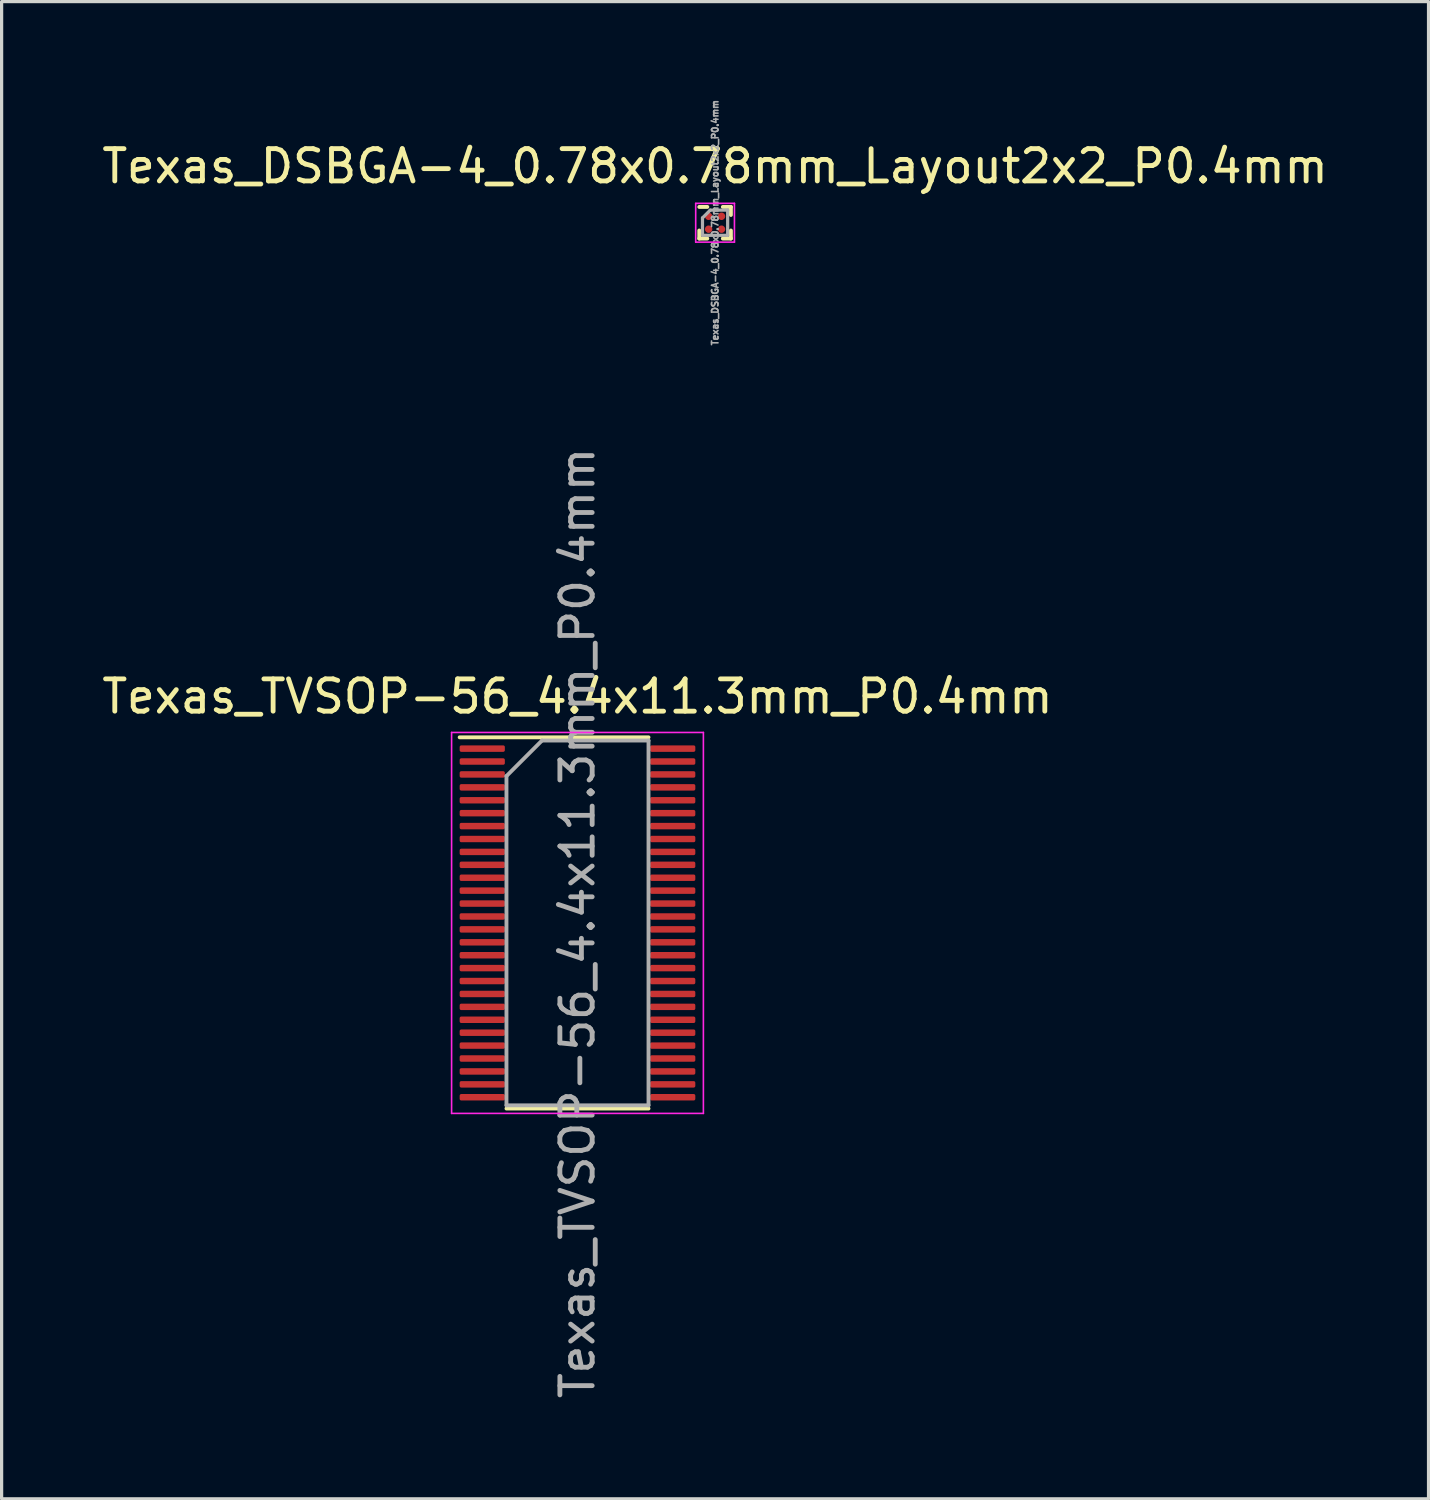
<source format=kicad_pcb>
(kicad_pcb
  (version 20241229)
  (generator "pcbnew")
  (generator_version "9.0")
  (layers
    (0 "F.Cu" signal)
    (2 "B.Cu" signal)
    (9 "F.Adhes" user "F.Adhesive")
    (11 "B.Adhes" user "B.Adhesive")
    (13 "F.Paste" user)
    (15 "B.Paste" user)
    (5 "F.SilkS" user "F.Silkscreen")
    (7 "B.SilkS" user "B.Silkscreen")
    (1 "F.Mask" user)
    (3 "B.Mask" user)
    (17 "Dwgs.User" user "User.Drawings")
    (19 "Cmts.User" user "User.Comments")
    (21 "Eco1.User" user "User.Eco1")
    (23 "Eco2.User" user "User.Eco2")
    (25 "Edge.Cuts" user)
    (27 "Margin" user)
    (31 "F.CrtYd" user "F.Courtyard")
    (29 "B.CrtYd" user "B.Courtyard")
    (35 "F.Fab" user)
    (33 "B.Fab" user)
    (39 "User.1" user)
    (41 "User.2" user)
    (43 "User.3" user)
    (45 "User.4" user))
  (footprint "Texas_TVSOP-56_4.4x11.3mm_P0.4mm"
    (layer "F.Cu")
    (at 14.839 25.54)
    (property "Reference" "Texas_TVSOP-56_4.4x11.3mm_P0.4mm" (at 0 -7.015 0) (layer "F.SilkS") (effects (font (size 1 1) (thickness 0.15))))
    (attr smd)
    (fp_line (start -3.65 -5.75) (end 2.2 -5.75) (stroke (width 0.12) (type solid)) (layer "F.SilkS"))
    (fp_line (start 2.2 5.75) (end -2.2 5.75) (stroke (width 0.12) (type solid)) (layer "F.SilkS"))
    (fp_line (start -3.9 -5.9) (end 3.9 -5.9) (stroke (width 0.05) (type solid)) (layer "F.CrtYd"))
    (fp_line (start -3.9 5.9) (end -3.9 -5.9) (stroke (width 0.05) (type solid)) (layer "F.CrtYd"))
    (fp_line (start 3.9 -5.9) (end 3.9 5.9) (stroke (width 0.05) (type solid)) (layer "F.CrtYd"))
    (fp_line (start 3.9 5.9) (end -3.9 5.9) (stroke (width 0.05) (type solid)) (layer "F.CrtYd"))
    (fp_line (start -2.2 -4.55) (end -1.1 -5.65) (stroke (width 0.12) (type solid)) (layer "F.Fab"))
    (fp_line (start -2.2 5.65) (end -2.2 -4.55) (stroke (width 0.12) (type solid)) (layer "F.Fab"))
    (fp_line (start -1.1 -5.65) (end 2.2 -5.65) (stroke (width 0.12) (type solid)) (layer "F.Fab"))
    (fp_line (start 2.2 -5.65) (end 2.2 5.65) (stroke (width 0.12) (type solid)) (layer "F.Fab"))
    (fp_line (start 2.2 5.65) (end -2.2 5.65) (stroke (width 0.12) (type solid)) (layer "F.Fab"))
    (fp_text user "${REFERENCE}" (at 0 0 270) (layer "F.Fab") (effects (font (size 1 1) (thickness 0.15))))
    (pad "1" smd roundrect (at -2.95 -5.4 270) (size 0.2 1.4) (layers "F.Cu" "F.Mask" "F.Paste") (roundrect_rratio 0.25))
    (pad "2" smd roundrect (at -2.95 -5 270) (size 0.2 1.4) (layers "F.Cu" "F.Mask" "F.Paste") (roundrect_rratio 0.25))
    (pad "3" smd roundrect (at -2.95 -4.6 270) (size 0.2 1.4) (layers "F.Cu" "F.Mask" "F.Paste") (roundrect_rratio 0.25))
    (pad "4" smd roundrect (at -2.95 -4.2 270) (size 0.2 1.4) (layers "F.Cu" "F.Mask" "F.Paste") (roundrect_rratio 0.25))
    (pad "5" smd roundrect (at -2.95 -3.8 270) (size 0.2 1.4) (layers "F.Cu" "F.Mask" "F.Paste") (roundrect_rratio 0.25))
    (pad "6" smd roundrect (at -2.95 -3.4 270) (size 0.2 1.4) (layers "F.Cu" "F.Mask" "F.Paste") (roundrect_rratio 0.25))
    (pad "7" smd roundrect (at -2.95 -3 270) (size 0.2 1.4) (layers "F.Cu" "F.Mask" "F.Paste") (roundrect_rratio 0.25))
    (pad "8" smd roundrect (at -2.95 -2.6 270) (size 0.2 1.4) (layers "F.Cu" "F.Mask" "F.Paste") (roundrect_rratio 0.25))
    (pad "9" smd roundrect (at -2.95 -2.2 270) (size 0.2 1.4) (layers "F.Cu" "F.Mask" "F.Paste") (roundrect_rratio 0.25))
    (pad "10" smd roundrect (at -2.95 -1.8 270) (size 0.2 1.4) (layers "F.Cu" "F.Mask" "F.Paste") (roundrect_rratio 0.25))
    (pad "11" smd roundrect (at -2.95 -1.4 270) (size 0.2 1.4) (layers "F.Cu" "F.Mask" "F.Paste") (roundrect_rratio 0.25))
    (pad "12" smd roundrect (at -2.95 -1 270) (size 0.2 1.4) (layers "F.Cu" "F.Mask" "F.Paste") (roundrect_rratio 0.25))
    (pad "13" smd roundrect (at -2.95 -0.6 270) (size 0.2 1.4) (layers "F.Cu" "F.Mask" "F.Paste") (roundrect_rratio 0.25))
    (pad "14" smd roundrect (at -2.95 -0.2 270) (size 0.2 1.4) (layers "F.Cu" "F.Mask" "F.Paste") (roundrect_rratio 0.25))
    (pad "15" smd roundrect (at -2.95 0.2 270) (size 0.2 1.4) (layers "F.Cu" "F.Mask" "F.Paste") (roundrect_rratio 0.25))
    (pad "16" smd roundrect (at -2.95 0.6 270) (size 0.2 1.4) (layers "F.Cu" "F.Mask" "F.Paste") (roundrect_rratio 0.25))
    (pad "17" smd roundrect (at -2.95 1 270) (size 0.2 1.4) (layers "F.Cu" "F.Mask" "F.Paste") (roundrect_rratio 0.25))
    (pad "18" smd roundrect (at -2.95 1.4 270) (size 0.2 1.4) (layers "F.Cu" "F.Mask" "F.Paste") (roundrect_rratio 0.25))
    (pad "19" smd roundrect (at -2.95 1.8 270) (size 0.2 1.4) (layers "F.Cu" "F.Mask" "F.Paste") (roundrect_rratio 0.25))
    (pad "20" smd roundrect (at -2.95 2.2 270) (size 0.2 1.4) (layers "F.Cu" "F.Mask" "F.Paste") (roundrect_rratio 0.25))
    (pad "21" smd roundrect (at -2.95 2.6 270) (size 0.2 1.4) (layers "F.Cu" "F.Mask" "F.Paste") (roundrect_rratio 0.25))
    (pad "22" smd roundrect (at -2.95 3 270) (size 0.2 1.4) (layers "F.Cu" "F.Mask" "F.Paste") (roundrect_rratio 0.25))
    (pad "23" smd roundrect (at -2.95 3.4 270) (size 0.2 1.4) (layers "F.Cu" "F.Mask" "F.Paste") (roundrect_rratio 0.25))
    (pad "24" smd roundrect (at -2.95 3.8 270) (size 0.2 1.4) (layers "F.Cu" "F.Mask" "F.Paste") (roundrect_rratio 0.25))
    (pad "25" smd roundrect (at -2.95 4.2 270) (size 0.2 1.4) (layers "F.Cu" "F.Mask" "F.Paste") (roundrect_rratio 0.25))
    (pad "26" smd roundrect (at -2.95 4.6 270) (size 0.2 1.4) (layers "F.Cu" "F.Mask" "F.Paste") (roundrect_rratio 0.25))
    (pad "27" smd roundrect (at -2.95 5 270) (size 0.2 1.4) (layers "F.Cu" "F.Mask" "F.Paste") (roundrect_rratio 0.25))
    (pad "28" smd roundrect (at -2.95 5.4 270) (size 0.2 1.4) (layers "F.Cu" "F.Mask" "F.Paste") (roundrect_rratio 0.25))
    (pad "29" smd roundrect (at 2.95 5.4 270) (size 0.2 1.4) (layers "F.Cu" "F.Mask" "F.Paste") (roundrect_rratio 0.25))
    (pad "30" smd roundrect (at 2.95 5 270) (size 0.2 1.4) (layers "F.Cu" "F.Mask" "F.Paste") (roundrect_rratio 0.25))
    (pad "31" smd roundrect (at 2.95 4.6 270) (size 0.2 1.4) (layers "F.Cu" "F.Mask" "F.Paste") (roundrect_rratio 0.25))
    (pad "32" smd roundrect (at 2.95 4.2 270) (size 0.2 1.4) (layers "F.Cu" "F.Mask" "F.Paste") (roundrect_rratio 0.25))
    (pad "33" smd roundrect (at 2.95 3.8 270) (size 0.2 1.4) (layers "F.Cu" "F.Mask" "F.Paste") (roundrect_rratio 0.25))
    (pad "34" smd roundrect (at 2.95 3.4 270) (size 0.2 1.4) (layers "F.Cu" "F.Mask" "F.Paste") (roundrect_rratio 0.25))
    (pad "35" smd roundrect (at 2.95 3 270) (size 0.2 1.4) (layers "F.Cu" "F.Mask" "F.Paste") (roundrect_rratio 0.25))
    (pad "36" smd roundrect (at 2.95 2.6 270) (size 0.2 1.4) (layers "F.Cu" "F.Mask" "F.Paste") (roundrect_rratio 0.25))
    (pad "37" smd roundrect (at 2.95 2.2 270) (size 0.2 1.4) (layers "F.Cu" "F.Mask" "F.Paste") (roundrect_rratio 0.25))
    (pad "38" smd roundrect (at 2.95 1.8 270) (size 0.2 1.4) (layers "F.Cu" "F.Mask" "F.Paste") (roundrect_rratio 0.25))
    (pad "39" smd roundrect (at 2.95 1.4 270) (size 0.2 1.4) (layers "F.Cu" "F.Mask" "F.Paste") (roundrect_rratio 0.25))
    (pad "40" smd roundrect (at 2.95 1 270) (size 0.2 1.4) (layers "F.Cu" "F.Mask" "F.Paste") (roundrect_rratio 0.25))
    (pad "41" smd roundrect (at 2.95 0.6 270) (size 0.2 1.4) (layers "F.Cu" "F.Mask" "F.Paste") (roundrect_rratio 0.25))
    (pad "42" smd roundrect (at 2.95 0.2 270) (size 0.2 1.4) (layers "F.Cu" "F.Mask" "F.Paste") (roundrect_rratio 0.25))
    (pad "43" smd roundrect (at 2.95 -0.2 270) (size 0.2 1.4) (layers "F.Cu" "F.Mask" "F.Paste") (roundrect_rratio 0.25))
    (pad "44" smd roundrect (at 2.95 -0.6 270) (size 0.2 1.4) (layers "F.Cu" "F.Mask" "F.Paste") (roundrect_rratio 0.25))
    (pad "45" smd roundrect (at 2.95 -1 270) (size 0.2 1.4) (layers "F.Cu" "F.Mask" "F.Paste") (roundrect_rratio 0.25))
    (pad "46" smd roundrect (at 2.95 -1.4 270) (size 0.2 1.4) (layers "F.Cu" "F.Mask" "F.Paste") (roundrect_rratio 0.25))
    (pad "47" smd roundrect (at 2.95 -1.8 270) (size 0.2 1.4) (layers "F.Cu" "F.Mask" "F.Paste") (roundrect_rratio 0.25))
    (pad "48" smd roundrect (at 2.95 -2.2 270) (size 0.2 1.4) (layers "F.Cu" "F.Mask" "F.Paste") (roundrect_rratio 0.25))
    (pad "49" smd roundrect (at 2.95 -2.6 270) (size 0.2 1.4) (layers "F.Cu" "F.Mask" "F.Paste") (roundrect_rratio 0.25))
    (pad "50" smd roundrect (at 2.95 -3 270) (size 0.2 1.4) (layers "F.Cu" "F.Mask" "F.Paste") (roundrect_rratio 0.25))
    (pad "51" smd roundrect (at 2.95 -3.4 270) (size 0.2 1.4) (layers "F.Cu" "F.Mask" "F.Paste") (roundrect_rratio 0.25))
    (pad "52" smd roundrect (at 2.95 -3.8 270) (size 0.2 1.4) (layers "F.Cu" "F.Mask" "F.Paste") (roundrect_rratio 0.25))
    (pad "53" smd roundrect (at 2.95 -4.2 270) (size 0.2 1.4) (layers "F.Cu" "F.Mask" "F.Paste") (roundrect_rratio 0.25))
    (pad "54" smd roundrect (at 2.95 -4.6 270) (size 0.2 1.4) (layers "F.Cu" "F.Mask" "F.Paste") (roundrect_rratio 0.25))
    (pad "55" smd roundrect (at 2.95 -5 270) (size 0.2 1.4) (layers "F.Cu" "F.Mask" "F.Paste") (roundrect_rratio 0.25))
    (pad "56" smd roundrect (at 2.95 -5.4 270) (size 0.2 1.4) (layers "F.Cu" "F.Mask" "F.Paste") (roundrect_rratio 0.25)))
  (footprint "Texas_DSBGA-4_0.78x0.78mm_Layout2x2_P0.4mm"
    (layer "F.Cu")
    (at 19.101 3.85)
    (property "Reference" "Texas_DSBGA-4_0.78x0.78mm_Layout2x2_P0.4mm" (at 0 -1.75 0) (layer "F.SilkS") (effects (font (size 1 1) (thickness 0.15))))
    (attr smd)
    (fp_line (start -0.49 -0.49) (end -0.24 -0.49) (stroke (width 0.12) (type solid)) (layer "F.SilkS"))
    (fp_line (start -0.49 0.24) (end -0.49 0.49) (stroke (width 0.12) (type solid)) (layer "F.SilkS"))
    (fp_line (start -0.24 0.49) (end -0.49 0.49) (stroke (width 0.12) (type solid)) (layer "F.SilkS"))
    (fp_line (start 0.24 -0.49) (end 0.49 -0.49) (stroke (width 0.12) (type solid)) (layer "F.SilkS"))
    (fp_line (start 0.24 0.49) (end 0.49 0.49) (stroke (width 0.12) (type solid)) (layer "F.SilkS"))
    (fp_line (start 0.49 -0.49) (end 0.49 -0.24) (stroke (width 0.12) (type solid)) (layer "F.SilkS"))
    (fp_line (start 0.49 0.24) (end 0.49 0.49) (stroke (width 0.12) (type solid)) (layer "F.SilkS"))
    (fp_line (start -0.6 -0.6) (end 0.6 -0.6) (stroke (width 0.05) (type solid)) (layer "F.CrtYd"))
    (fp_line (start -0.6 0.6) (end -0.6 -0.6) (stroke (width 0.05) (type solid)) (layer "F.CrtYd"))
    (fp_line (start 0.6 -0.6) (end 0.6 0.6) (stroke (width 0.05) (type solid)) (layer "F.CrtYd"))
    (fp_line (start 0.6 0.6) (end -0.6 0.6) (stroke (width 0.05) (type solid)) (layer "F.CrtYd"))
    (fp_line (start -0.39 -0.15) (end -0.39 0.39) (stroke (width 0.1) (type solid)) (layer "F.Fab"))
    (fp_line (start -0.39 0.39) (end 0.39 0.39) (stroke (width 0.1) (type solid)) (layer "F.Fab"))
    (fp_line (start -0.15 -0.39) (end -0.39 -0.15) (stroke (width 0.1) (type solid)) (layer "F.Fab"))
    (fp_line (start 0.39 -0.39) (end -0.15 -0.39) (stroke (width 0.1) (type solid)) (layer "F.Fab"))
    (fp_line (start 0.39 0.39) (end 0.39 -0.39) (stroke (width 0.1) (type solid)) (layer "F.Fab"))
    (fp_text user "${REFERENCE}" (at 0 0 90) (layer "F.Fab") (effects (font (size 0.2 0.2) (thickness 0.05))))
    (pad "" smd roundrect (at -0.2 -0.2) (size 0.25 0.25) (layers "F.Paste") (roundrect_rratio 0.2))
    (pad "" smd roundrect (at -0.2 0.2) (size 0.25 0.25) (layers "F.Paste") (roundrect_rratio 0.2))
    (pad "" smd roundrect (at 0.2 -0.2) (size 0.25 0.25) (layers "F.Paste") (roundrect_rratio 0.2))
    (pad "" smd roundrect (at 0.2 0.2) (size 0.25 0.25) (layers "F.Paste") (roundrect_rratio 0.2))
    (pad "A1" smd circle (at -0.2 -0.2) (size 0.23 0.23) (layers "F.Cu" "F.Mask"))
    (pad "A2" smd circle (at 0.2 -0.2) (size 0.23 0.23) (layers "F.Cu" "F.Mask"))
    (pad "B1" smd circle (at -0.2 0.2) (size 0.23 0.23) (layers "F.Cu" "F.Mask"))
    (pad "B2" smd circle (at 0.2 0.2) (size 0.23 0.23) (layers "F.Cu" "F.Mask")))
  (gr_rect
    (start -3 -3)
    (end 41.202 43.379)
    (stroke (width 0.1) (type default))
    (fill no)
    (layer "Edge.Cuts")))
</source>
